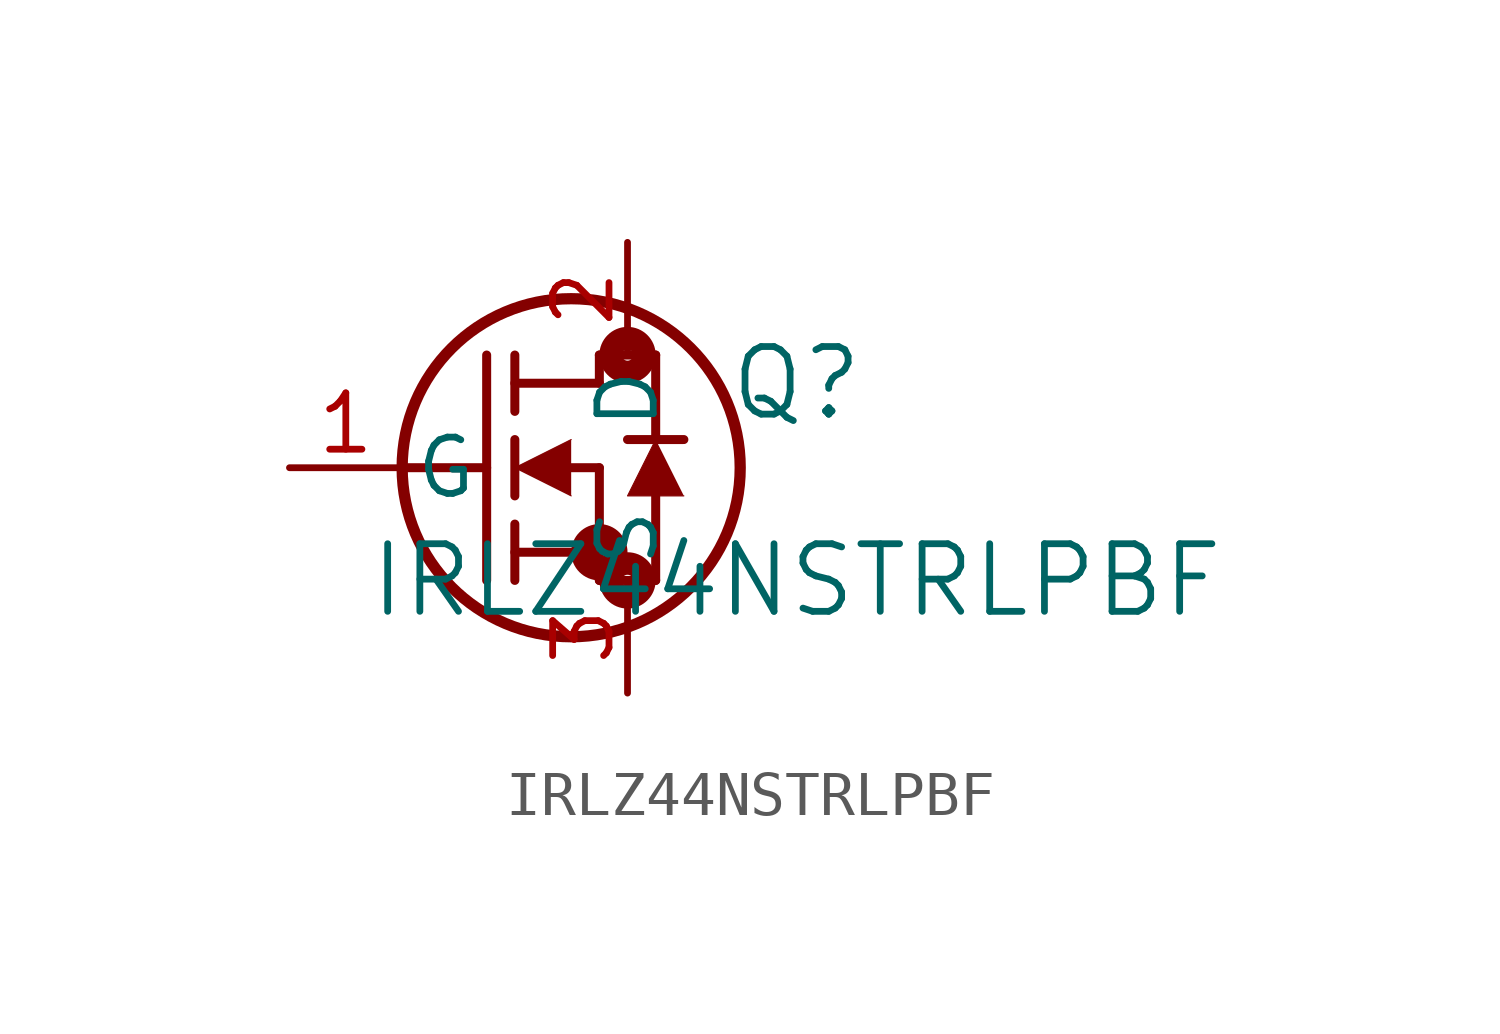
<source format=kicad_sym>
(kicad_symbol_lib
  (version 20211014)
  (generator kicad_symbol_editor)
  (symbol "IRLZ44NSTRLPBF"
    (pin_names
      (offset 0.254))
    (property "Reference" "Q"
      (at 11.43 1.905 0)
      (effects (font (size 1.524 1.524))))
    (property "Value" "IRLZ44NSTRLPBF"
      (at 11.43 -2.54 0)
      (effects (font (size 1.524 1.524))))
    (symbol "IRLZ44NSTRLPBF_0_1"
      (circle (center 7.62 2.54) (radius 0.127) (stroke (width 0.508) (type default) (color 0 0 0 0)) (fill (type none)))
      (circle (center 7.62 -2.54) (radius 0.127) (stroke (width 0.508) (type default) (color 0 0 0 0)) (fill (type none)))
      (circle (center 6.985 -1.905) (radius 0.127) (stroke (width 0.508) (type default) (color 0 0 0 0)) (fill (type none)))
      (circle (center 6.35 0) (radius 3.81) (stroke (width 0.254) (type default) (color 0 0 0 0)) (fill (type none)))
      (polyline (pts (xy 2.54 0) (xy 4.445 0)) (stroke (width 0.203) (type default) (color 0 0 0 0)) (fill (type none)))
      (polyline (pts (xy 4.445 -2.54) (xy 4.445 2.54)) (stroke (width 0.203) (type default) (color 0 0 0 0)) (fill (type none)))
      (polyline (pts (xy 5.08 -0.635) (xy 5.08 0.635)) (stroke (width 0.203) (type default) (color 0 0 0 0)) (fill (type none)))
      (polyline (pts (xy 5.08 -2.54) (xy 5.08 -1.27)) (stroke (width 0.203) (type default) (color 0 0 0 0)) (fill (type none)))
      (polyline (pts (xy 5.08 1.27) (xy 5.08 2.54)) (stroke (width 0.203) (type default) (color 0 0 0 0)) (fill (type none)))
      (polyline (pts (xy 6.35 0) (xy 6.985 0)) (stroke (width 0.203) (type default) (color 0 0 0 0)) (fill (type none)))
      (polyline (pts (xy 5.08 -1.905) (xy 6.985 -1.905)) (stroke (width 0.203) (type default) (color 0 0 0 0)) (fill (type none)))
      (polyline (pts (xy 6.985 -2.54) (xy 6.985 0)) (stroke (width 0.203) (type default) (color 0 0 0 0)) (fill (type none)))
      (polyline (pts (xy 6.985 -2.54) (xy 8.255 -2.54)) (stroke (width 0.203) (type default) (color 0 0 0 0)) (fill (type none)))
      (polyline (pts (xy 5.08 1.905) (xy 6.985 1.905)) (stroke (width 0.203) (type default) (color 0 0 0 0)) (fill (type none)))
      (polyline (pts (xy 8.255 0.635) (xy 8.255 2.54)) (stroke (width 0.203) (type default) (color 0 0 0 0)) (fill (type none)))
      (polyline (pts (xy 6.35 0.635) (xy 5.08 0) (xy 6.35 -0.635)) (stroke (width 0.025) (type default) (color 0 0 0 0)) (fill (type outline)))
      (polyline (pts (xy 8.89 -0.635) (xy 7.62 -0.635) (xy 8.255 0.635)) (stroke (width 0.025) (type default) (color 0 0 0 0)) (fill (type outline)))
      (polyline (pts (xy 8.255 -2.54) (xy 8.255 -0.635)) (stroke (width 0.203) (type default) (color 0 0 0 0)) (fill (type none)))
      (polyline (pts (xy 8.89 0.635) (xy 7.62 0.635)) (stroke (width 0.203) (type default) (color 0 0 0 0)) (fill (type none)))
      (polyline (pts (xy 6.985 2.54) (xy 8.255 2.54)) (stroke (width 0.203) (type default) (color 0 0 0 0)) (fill (type none)))
      (polyline (pts (xy 6.985 1.905) (xy 6.985 2.54)) (stroke (width 0.203) (type default) (color 0 0 0 0)) (fill (type none)))
      (pin unspecified line (at 0 0 0) (length 2.54) (name "G" (effects (font (size 1.27 1.27)))) (number "1" (effects (font (size 1.27 1.27)))))
      (pin unspecified line (at 7.62 5.08 270) (length 2.54) (name "D" (effects (font (size 1.27 1.27)))) (number "2" (effects (font (size 1.27 1.27)))))
      (pin unspecified line (at 7.62 -5.08 90) (length 2.54) (name "S" (effects (font (size 1.27 1.27)))) (number "3" (effects (font (size 1.27 1.27))))))))
</source>
